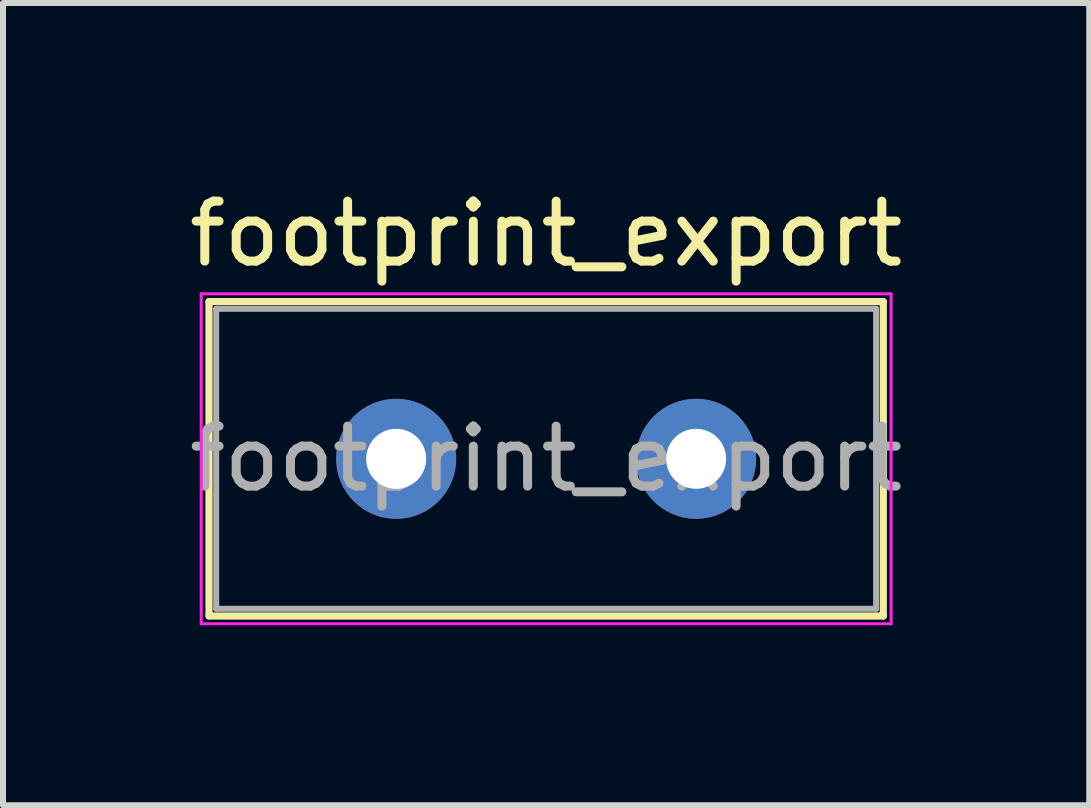
<source format=kicad_pcb>
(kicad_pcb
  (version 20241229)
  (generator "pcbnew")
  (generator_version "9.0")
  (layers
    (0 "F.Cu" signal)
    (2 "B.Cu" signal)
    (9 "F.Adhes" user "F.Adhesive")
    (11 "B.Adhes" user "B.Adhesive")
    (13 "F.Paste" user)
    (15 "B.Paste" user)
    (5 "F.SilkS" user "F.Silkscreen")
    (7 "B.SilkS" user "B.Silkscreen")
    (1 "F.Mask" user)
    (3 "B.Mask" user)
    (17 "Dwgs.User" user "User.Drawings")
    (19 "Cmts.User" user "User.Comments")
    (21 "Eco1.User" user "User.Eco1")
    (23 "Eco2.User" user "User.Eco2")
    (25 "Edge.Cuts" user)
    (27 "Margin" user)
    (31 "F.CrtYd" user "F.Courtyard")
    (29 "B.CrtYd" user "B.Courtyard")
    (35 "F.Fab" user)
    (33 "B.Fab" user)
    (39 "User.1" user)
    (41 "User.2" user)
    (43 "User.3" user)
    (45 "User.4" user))
  (footprint "footprint_export"
    (layer "F.Cu")
    (at 3.554 4.598)
    (property "Reference" "footprint_export" (at 2.5 -3.75 0) (layer "F.SilkS") (effects (font (size 1 1) (thickness 0.15))))
    (attr through_hole)
    (fp_line (start -3.12 -2.62) (end -3.12 2.62) (stroke (width 0.12) (type solid)) (layer "F.SilkS"))
    (fp_line (start -3.12 -2.62) (end 8.12 -2.62) (stroke (width 0.12) (type solid)) (layer "F.SilkS"))
    (fp_line (start -3.12 2.62) (end 8.12 2.62) (stroke (width 0.12) (type solid)) (layer "F.SilkS"))
    (fp_line (start 8.12 -2.62) (end 8.12 2.62) (stroke (width 0.12) (type solid)) (layer "F.SilkS"))
    (fp_line (start -3.25 -2.75) (end -3.25 2.75) (stroke (width 0.05) (type solid)) (layer "F.CrtYd"))
    (fp_line (start -3.25 2.75) (end 8.25 2.75) (stroke (width 0.05) (type solid)) (layer "F.CrtYd"))
    (fp_line (start 8.25 -2.75) (end -3.25 -2.75) (stroke (width 0.05) (type solid)) (layer "F.CrtYd"))
    (fp_line (start 8.25 2.75) (end 8.25 -2.75) (stroke (width 0.05) (type solid)) (layer "F.CrtYd"))
    (fp_line (start -3 -2.5) (end -3 2.5) (stroke (width 0.1) (type solid)) (layer "F.Fab"))
    (fp_line (start -3 2.5) (end 8 2.5) (stroke (width 0.1) (type solid)) (layer "F.Fab"))
    (fp_line (start 8 -2.5) (end -3 -2.5) (stroke (width 0.1) (type solid)) (layer "F.Fab"))
    (fp_line (start 8 2.5) (end 8 -2.5) (stroke (width 0.1) (type solid)) (layer "F.Fab"))
    (fp_text user "${REFERENCE}" (at 2.5 0 0) (layer "F.Fab") (effects (font (size 1 1) (thickness 0.15))))
    (pad "1" thru_hole circle (at 0 0) (size 2 2) (drill 1) (layers "*.Cu" "*.Mask"))
    (pad "2" thru_hole circle (at 5 0) (size 2 2) (drill 1) (layers "*.Cu" "*.Mask")))
  (gr_rect
    (start -3 -3)
    (end 15.107 10.373)
    (stroke (width 0.1) (type default))
    (fill no)
    (layer "Edge.Cuts")))
</source>
